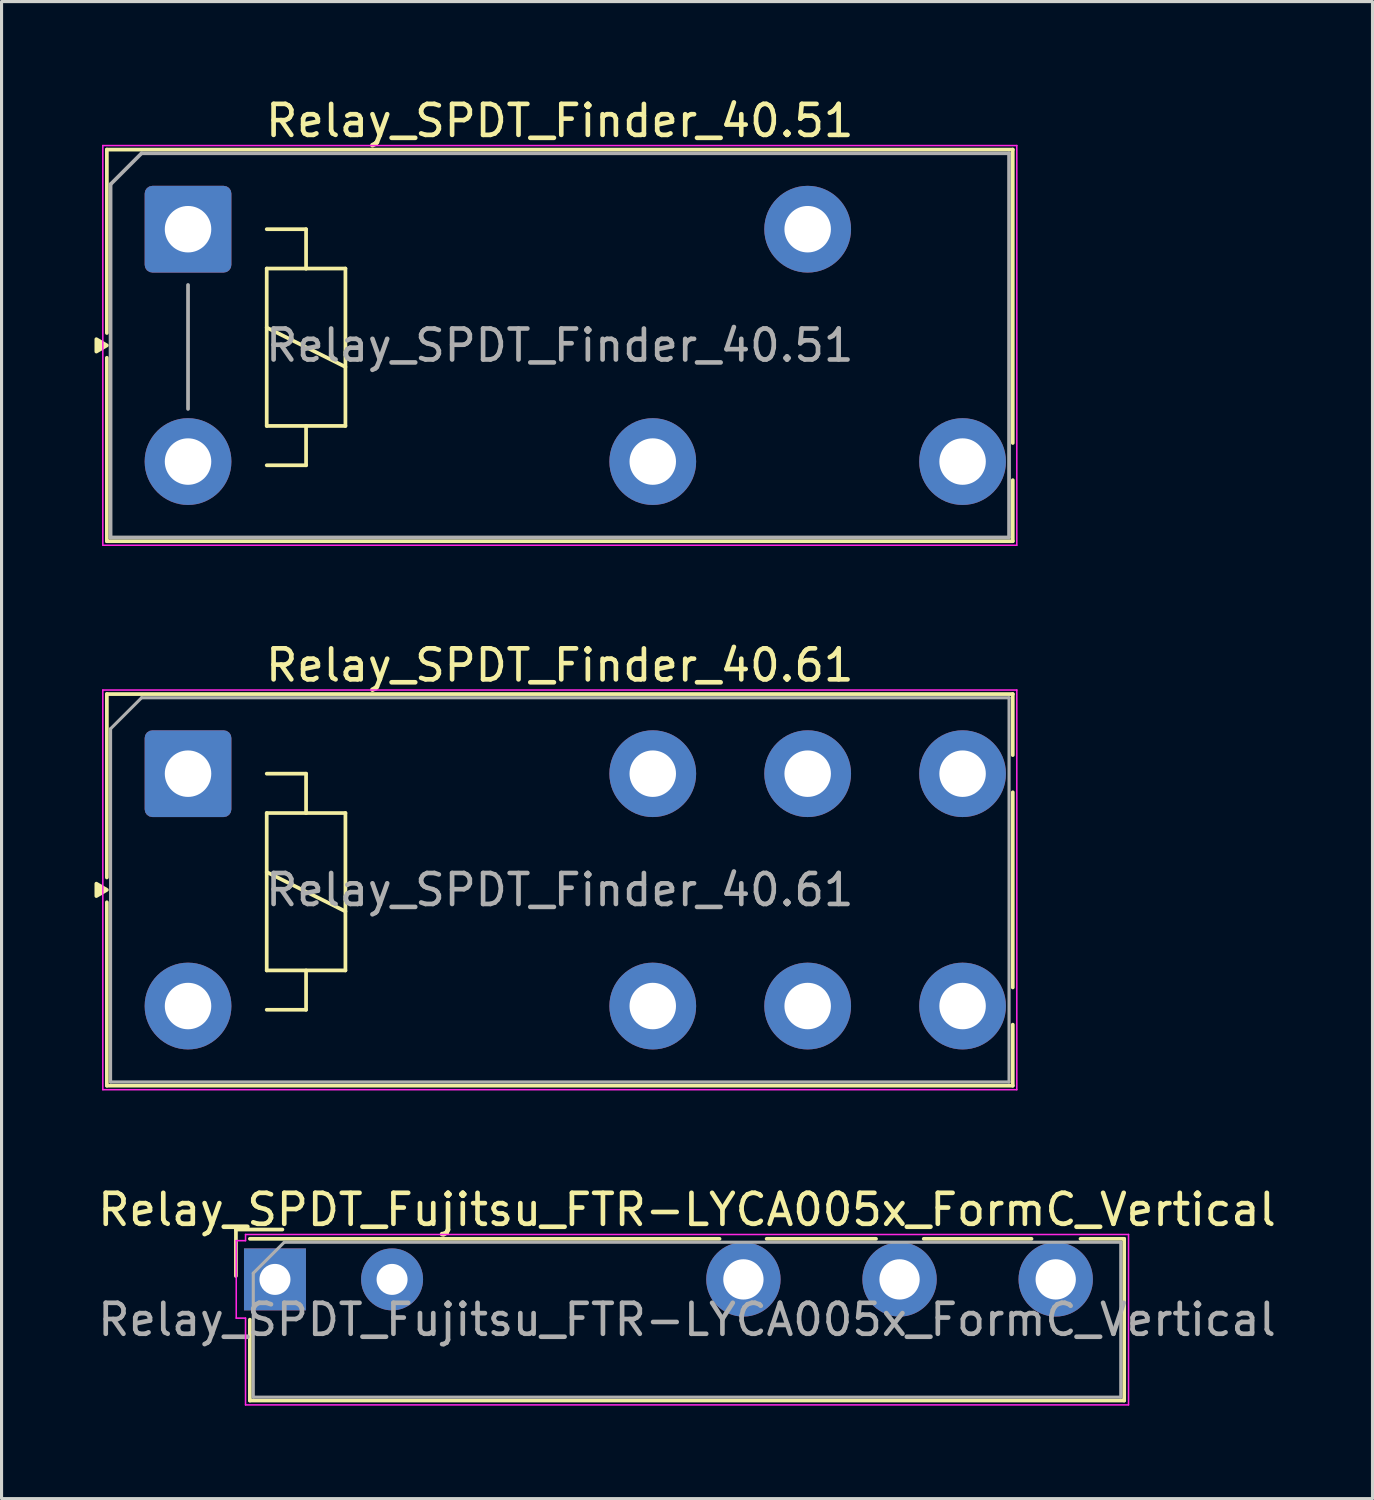
<source format=kicad_pcb>
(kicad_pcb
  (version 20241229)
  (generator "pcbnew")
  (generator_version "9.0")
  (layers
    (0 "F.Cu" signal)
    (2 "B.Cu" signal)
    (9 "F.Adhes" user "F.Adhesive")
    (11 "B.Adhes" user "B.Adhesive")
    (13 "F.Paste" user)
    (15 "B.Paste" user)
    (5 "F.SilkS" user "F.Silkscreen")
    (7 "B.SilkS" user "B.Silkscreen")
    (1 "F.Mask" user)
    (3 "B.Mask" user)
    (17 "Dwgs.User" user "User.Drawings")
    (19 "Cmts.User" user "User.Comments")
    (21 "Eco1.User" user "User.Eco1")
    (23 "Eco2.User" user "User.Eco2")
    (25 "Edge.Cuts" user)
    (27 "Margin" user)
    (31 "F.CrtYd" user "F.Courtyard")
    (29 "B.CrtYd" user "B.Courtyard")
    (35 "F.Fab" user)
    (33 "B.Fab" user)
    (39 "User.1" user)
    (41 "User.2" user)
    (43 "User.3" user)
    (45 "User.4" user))
  (footprint "Relay_SPDT_Finder_40.51"
    (layer "F.Cu")
    (at 3.019 4.348)
    (property "Reference" "Relay_SPDT_Finder_40.51" (at 12 -3.5 0) (layer "F.SilkS") (effects (font (size 1 1) (thickness 0.15))))
    (attr through_hole)
    (fp_line (start -2.62 -2.57) (end 26.62 -2.57) (stroke (width 0.12) (type solid)) (layer "F.SilkS"))
    (fp_line (start -2.62 3.35) (end -2.62 -2.57) (stroke (width 0.12) (type solid)) (layer "F.SilkS"))
    (fp_line (start -2.62 4.15) (end -2.62 10.07) (stroke (width 0.12) (type solid)) (layer "F.SilkS"))
    (fp_line (start 2.54 0) (end 3.81 0) (stroke (width 0.12) (type solid)) (layer "F.SilkS"))
    (fp_line (start 2.54 1.27) (end 3.81 1.27) (stroke (width 0.12) (type solid)) (layer "F.SilkS"))
    (fp_line (start 2.54 3.175) (end 5.08 4.445) (stroke (width 0.12) (type solid)) (layer "F.SilkS"))
    (fp_line (start 2.54 6.35) (end 2.54 1.27) (stroke (width 0.12) (type solid)) (layer "F.SilkS"))
    (fp_line (start 3.81 0) (end 3.81 1.27) (stroke (width 0.12) (type solid)) (layer "F.SilkS"))
    (fp_line (start 3.81 1.27) (end 5.08 1.27) (stroke (width 0.12) (type solid)) (layer "F.SilkS"))
    (fp_line (start 3.81 6.35) (end 3.81 7.62) (stroke (width 0.12) (type solid)) (layer "F.SilkS"))
    (fp_line (start 3.81 7.62) (end 2.54 7.62) (stroke (width 0.12) (type solid)) (layer "F.SilkS"))
    (fp_line (start 5.08 1.27) (end 5.08 6.35) (stroke (width 0.12) (type solid)) (layer "F.SilkS"))
    (fp_line (start 5.08 6.35) (end 2.54 6.35) (stroke (width 0.12) (type solid)) (layer "F.SilkS"))
    (fp_line (start 26.62 -2.57) (end 26.62 6.9) (stroke (width 0.12) (type solid)) (layer "F.SilkS"))
    (fp_line (start 26.62 10.07) (end -2.62 10.07) (stroke (width 0.12) (type solid)) (layer "F.SilkS"))
    (fp_line (start 26.62 10.07) (end 26.62 8.1) (stroke (width 0.12) (type solid)) (layer "F.SilkS"))
    (fp_poly (pts (xy -2.62 3.75) (xy -2.959 3.95) (xy -2.959 3.55) (xy -2.62 3.75)) (stroke (width 0.12) (type solid)) (fill yes) (layer "F.SilkS"))
    (fp_line (start -2.75 -2.7) (end -2.75 10.2) (stroke (width 0.05) (type solid)) (layer "F.CrtYd"))
    (fp_line (start -2.75 -2.7) (end 26.75 -2.7) (stroke (width 0.05) (type solid)) (layer "F.CrtYd"))
    (fp_line (start 26.75 10.2) (end -2.75 10.2) (stroke (width 0.05) (type solid)) (layer "F.CrtYd"))
    (fp_line (start 26.75 10.2) (end 26.75 -2.7) (stroke (width 0.05) (type solid)) (layer "F.CrtYd"))
    (fp_line (start -2.5 -1.45) (end -1.5 -2.45) (stroke (width 0.12) (type default)) (layer "F.Fab"))
    (fp_line (start -2.5 9.95) (end -2.5 -1.45) (stroke (width 0.12) (type solid)) (layer "F.Fab"))
    (fp_line (start -2.5 9.95) (end 26.5 9.95) (stroke (width 0.12) (type solid)) (layer "F.Fab"))
    (fp_line (start 0 1.8) (end 0 5.8) (stroke (width 0.12) (type solid)) (layer "F.Fab"))
    (fp_line (start 26.5 -2.45) (end -1.5 -2.45) (stroke (width 0.12) (type solid)) (layer "F.Fab"))
    (fp_line (start 26.5 9.95) (end 26.5 -2.45) (stroke (width 0.12) (type solid)) (layer "F.Fab"))
    (fp_text user "${REFERENCE}" (at 12 3.75 0) (layer "F.Fab") (effects (font (size 1 1) (thickness 0.15))))
    (pad "11" thru_hole circle (at 20 0) (size 2.8 2.8) (drill 1.5) (layers "*.Cu" "*.Mask"))
    (pad "12" thru_hole circle (at 15 7.5) (size 2.8 2.8) (drill 1.5) (layers "*.Cu" "*.Mask"))
    (pad "14" thru_hole circle (at 25 7.5) (size 2.8 2.8) (drill 1.5) (layers "*.Cu" "*.Mask"))
    (pad "A1" thru_hole roundrect (at 0 0) (size 2.8 2.8) (drill 1.5) (layers "*.Cu" "*.Mask") (roundrect_rratio 0.089))
    (pad "A2" thru_hole circle (at 0 7.5) (size 2.8 2.8) (drill 1.5) (layers "*.Cu" "*.Mask")))
  (footprint "Relay_SPDT_Finder_40.61"
    (layer "F.Cu")
    (at 3.019 21.922)
    (property "Reference" "Relay_SPDT_Finder_40.61" (at 12 -3.5 0) (layer "F.SilkS") (effects (font (size 1 1) (thickness 0.15))))
    (attr through_hole)
    (fp_line (start -2.62 -2.57) (end 26.62 -2.57) (stroke (width 0.12) (type solid)) (layer "F.SilkS"))
    (fp_line (start -2.62 3.35) (end -2.62 -2.57) (stroke (width 0.12) (type solid)) (layer "F.SilkS"))
    (fp_line (start -2.62 4.15) (end -2.62 10.07) (stroke (width 0.12) (type solid)) (layer "F.SilkS"))
    (fp_line (start 2.54 0) (end 3.81 0) (stroke (width 0.12) (type solid)) (layer "F.SilkS"))
    (fp_line (start 2.54 1.27) (end 3.81 1.27) (stroke (width 0.12) (type solid)) (layer "F.SilkS"))
    (fp_line (start 2.54 3.175) (end 5.08 4.445) (stroke (width 0.12) (type solid)) (layer "F.SilkS"))
    (fp_line (start 2.54 6.35) (end 2.54 1.27) (stroke (width 0.12) (type solid)) (layer "F.SilkS"))
    (fp_line (start 3.81 0) (end 3.81 1.27) (stroke (width 0.12) (type solid)) (layer "F.SilkS"))
    (fp_line (start 3.81 1.27) (end 5.08 1.27) (stroke (width 0.12) (type solid)) (layer "F.SilkS"))
    (fp_line (start 3.81 6.35) (end 3.81 7.62) (stroke (width 0.12) (type solid)) (layer "F.SilkS"))
    (fp_line (start 3.81 7.62) (end 2.54 7.62) (stroke (width 0.12) (type solid)) (layer "F.SilkS"))
    (fp_line (start 5.08 1.27) (end 5.08 6.35) (stroke (width 0.12) (type solid)) (layer "F.SilkS"))
    (fp_line (start 5.08 6.35) (end 2.54 6.35) (stroke (width 0.12) (type solid)) (layer "F.SilkS"))
    (fp_line (start 26.62 -0.6) (end 26.62 -2.57) (stroke (width 0.12) (type solid)) (layer "F.SilkS"))
    (fp_line (start 26.62 0.6) (end 26.62 6.9) (stroke (width 0.12) (type solid)) (layer "F.SilkS"))
    (fp_line (start 26.62 10.07) (end -2.62 10.07) (stroke (width 0.12) (type solid)) (layer "F.SilkS"))
    (fp_line (start 26.62 10.07) (end 26.62 8.1) (stroke (width 0.12) (type solid)) (layer "F.SilkS"))
    (fp_poly (pts (xy -2.62 3.75) (xy -2.959 3.95) (xy -2.959 3.55) (xy -2.62 3.75)) (stroke (width 0.12) (type solid)) (fill yes) (layer "F.SilkS"))
    (fp_line (start -2.75 -2.7) (end -2.75 10.2) (stroke (width 0.05) (type solid)) (layer "F.CrtYd"))
    (fp_line (start -2.75 -2.7) (end 26.75 -2.7) (stroke (width 0.05) (type solid)) (layer "F.CrtYd"))
    (fp_line (start 26.75 10.2) (end -2.75 10.2) (stroke (width 0.05) (type solid)) (layer "F.CrtYd"))
    (fp_line (start 26.75 10.2) (end 26.75 -2.7) (stroke (width 0.05) (type solid)) (layer "F.CrtYd"))
    (fp_line (start -2.5 -1.45) (end -1.5 -2.45) (stroke (width 0.1) (type default)) (layer "F.Fab"))
    (fp_line (start -2.5 9.95) (end -2.5 -1.45) (stroke (width 0.1) (type solid)) (layer "F.Fab"))
    (fp_line (start -2.5 9.95) (end 26.5 9.95) (stroke (width 0.1) (type solid)) (layer "F.Fab"))
    (fp_line (start 26.5 -2.45) (end -1.5 -2.45) (stroke (width 0.1) (type solid)) (layer "F.Fab"))
    (fp_line (start 26.5 9.95) (end 26.5 -2.45) (stroke (width 0.1) (type solid)) (layer "F.Fab"))
    (fp_text user "${REFERENCE}" (at 12 3.75 0) (layer "F.Fab") (effects (font (size 1 1) (thickness 0.15))))
    (pad "11" thru_hole circle (at 20 0) (size 2.8 2.8) (drill 1.5) (layers "*.Cu" "*.Mask"))
    (pad "12" thru_hole circle (at 15 0) (size 2.8 2.8) (drill 1.5) (layers "*.Cu" "*.Mask"))
    (pad "14" thru_hole circle (at 25 0) (size 2.8 2.8) (drill 1.5) (layers "*.Cu" "*.Mask"))
    (pad "21" thru_hole circle (at 20 7.5) (size 2.8 2.8) (drill 1.5) (layers "*.Cu" "*.Mask"))
    (pad "22" thru_hole circle (at 15 7.5) (size 2.8 2.8) (drill 1.5) (layers "*.Cu" "*.Mask"))
    (pad "24" thru_hole circle (at 25 7.5) (size 2.8 2.8) (drill 1.5) (layers "*.Cu" "*.Mask"))
    (pad "A1" thru_hole roundrect (at 0 0) (size 2.8 2.8) (drill 1.5) (layers "*.Cu" "*.Mask") (roundrect_rratio 0.089))
    (pad "A2" thru_hole circle (at 0 7.5) (size 2.8 2.8) (drill 1.5) (layers "*.Cu" "*.Mask")))
  (footprint "Relay_SPDT_Fujitsu_FTR-LYCA005x_FormC_Vertical"
    (layer "F.Cu")
    (at 5.825 38.245)
    (property "Reference" "Relay_SPDT_Fujitsu_FTR-LYCA005x_FormC_Vertical" (at 13.3 -2.25 0) (layer "F.SilkS") (effects (font (size 1 1) (thickness 0.15))))
    (attr through_hole)
    (private_layers "User.6")
    (fp_line (start -1.26 -1.61) (end 0.24 -1.61) (stroke (width 0.12) (type solid)) (layer "F.SilkS"))
    (fp_line (start -1.26 -0.11) (end -1.26 -1.61) (stroke (width 0.12) (type solid)) (layer "F.SilkS"))
    (fp_line (start -0.81 3.91) (end -0.81 1.3) (stroke (width 0.12) (type solid)) (layer "F.SilkS"))
    (fp_line (start -0.81 3.91) (end 27.41 3.91) (stroke (width 0.12) (type solid)) (layer "F.SilkS"))
    (fp_line (start 14.35 -1.31) (end -0.81 -1.31) (stroke (width 0.12) (type solid)) (layer "F.SilkS"))
    (fp_line (start 15.87 -1.31) (end 19.4 -1.31) (stroke (width 0.12) (type solid)) (layer "F.SilkS"))
    (fp_line (start 20.94 -1.31) (end 24.42 -1.31) (stroke (width 0.12) (type solid)) (layer "F.SilkS"))
    (fp_line (start 26 -1.31) (end 27.41 -1.31) (stroke (width 0.12) (type solid)) (layer "F.SilkS"))
    (fp_line (start 27.41 3.91) (end 27.41 -1.31) (stroke (width 0.12) (type solid)) (layer "F.SilkS"))
    (fp_line (start -1.25 -1.25) (end -0.95 -1.25) (stroke (width 0.05) (type solid)) (layer "F.CrtYd"))
    (fp_line (start -1.25 1.25) (end -1.25 -1.25) (stroke (width 0.05) (type solid)) (layer "F.CrtYd"))
    (fp_line (start -1.25 1.25) (end -0.95 1.25) (stroke (width 0.05) (type solid)) (layer "F.CrtYd"))
    (fp_line (start -0.95 -1.45) (end 27.55 -1.45) (stroke (width 0.05) (type solid)) (layer "F.CrtYd"))
    (fp_line (start -0.95 -1.25) (end -0.95 -1.45) (stroke (width 0.05) (type solid)) (layer "F.CrtYd"))
    (fp_line (start -0.95 4.05) (end -0.95 1.25) (stroke (width 0.05) (type solid)) (layer "F.CrtYd"))
    (fp_line (start 27.55 -1.45) (end 27.55 4.05) (stroke (width 0.05) (type solid)) (layer "F.CrtYd"))
    (fp_line (start 27.55 4.05) (end -0.95 4.05) (stroke (width 0.05) (type solid)) (layer "F.CrtYd"))
    (fp_line (start -0.7 -0.2) (end -0.7 3.8) (stroke (width 0.1) (type solid)) (layer "F.Fab"))
    (fp_line (start -0.7 3.8) (end 27.3 3.8) (stroke (width 0.1) (type solid)) (layer "F.Fab"))
    (fp_line (start 0.3 -1.2) (end -0.7 -0.2) (stroke (width 0.1) (type solid)) (layer "F.Fab"))
    (fp_line (start 27.3 -1.2) (end 0.3 -1.2) (stroke (width 0.1) (type solid)) (layer "F.Fab"))
    (fp_line (start 27.3 3.8) (end 27.3 -1.2) (stroke (width 0.1) (type solid)) (layer "F.Fab"))
    (fp_text user "${REFERENCE}" (at 13.3 1.3 0) (unlocked yes) (layer "F.Fab") (effects (font (size 1 1) (thickness 0.15))))
    (pad "11" thru_hole circle (at 20.16 0) (size 2.4 2.4) (drill 1.3) (layers "*.Cu" "*.Mask"))
    (pad "12" thru_hole circle (at 15.12 0) (size 2.4 2.4) (drill 1.3) (layers "*.Cu" "*.Mask"))
    (pad "14" thru_hole circle (at 25.2 0) (size 2.4 2.4) (drill 1.3) (layers "*.Cu" "*.Mask"))
    (pad "A1" thru_hole rect (at 0 0) (size 2 2) (drill 1) (layers "*.Cu" "*.Mask"))
    (pad "A2" thru_hole circle (at 3.78 0) (size 2 2) (drill 1) (layers "*.Cu" "*.Mask")))
  (gr_rect
    (start -3 -3)
    (end 41.25 45.32)
    (stroke (width 0.1) (type default))
    (fill no)
    (layer "Edge.Cuts")))
</source>
